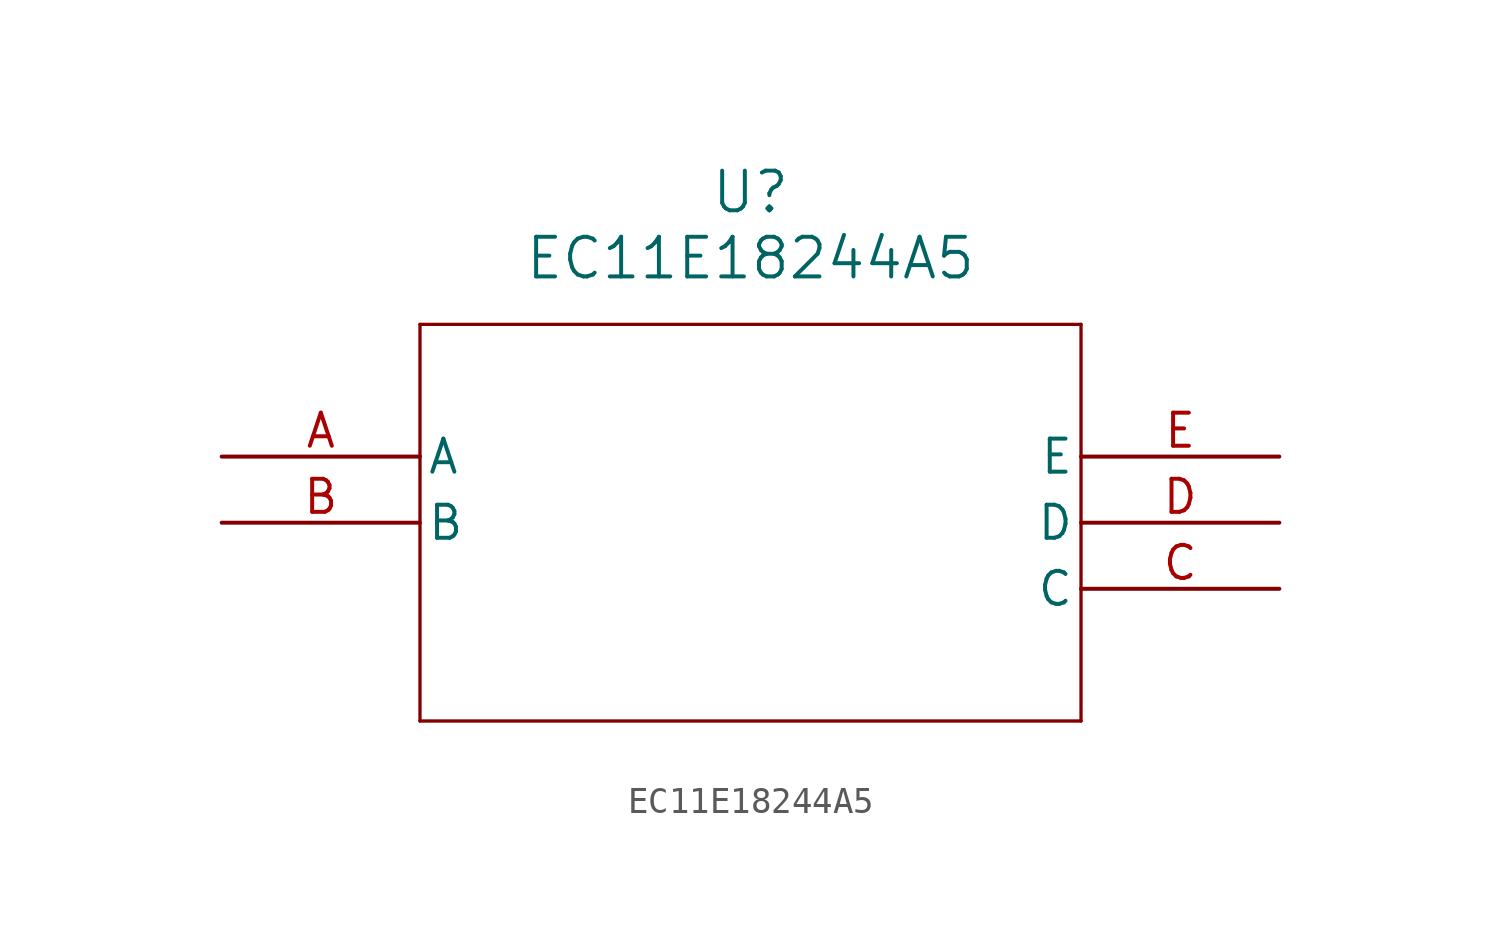
<source format=kicad_sym>
(kicad_symbol_lib
  (version 20211014)
  (generator kicad_symbol_editor)
  (symbol "EC11E18244A5"
    (pin_names
      (offset 0.254))
    (property "Reference" "U"
      (at 20.32 10.16 0)
      (effects (font (size 1.524 1.524))))
    (property "Value" "EC11E18244A5"
      (at 20.32 7.62 0)
      (effects (font (size 1.524 1.524))))
    (symbol "EC11E18244A5_0_1"
      (polyline (pts (xy 7.62 5.08) (xy 7.62 -10.16)) (stroke (width 0.127) (type default) (color 0 0 0 0)) (fill (type none)))
      (polyline (pts (xy 7.62 -10.16) (xy 33.02 -10.16)) (stroke (width 0.127) (type default) (color 0 0 0 0)) (fill (type none)))
      (polyline (pts (xy 33.02 -10.16) (xy 33.02 5.08)) (stroke (width 0.127) (type default) (color 0 0 0 0)) (fill (type none)))
      (polyline (pts (xy 33.02 5.08) (xy 7.62 5.08)) (stroke (width 0.127) (type default) (color 0 0 0 0)) (fill (type none)))
      (pin unspecified line (at 0 0 0) (length 7.62) (name "A" (effects (font (size 1.27 1.27)))) (number "A" (effects (font (size 1.27 1.27)))))
      (pin unspecified line (at 0 -2.54 0) (length 7.62) (name "B" (effects (font (size 1.27 1.27)))) (number "B" (effects (font (size 1.27 1.27)))))
      (pin unspecified line (at 40.64 -5.08 180) (length 7.62) (name "C" (effects (font (size 1.27 1.27)))) (number "C" (effects (font (size 1.27 1.27)))))
      (pin unspecified line (at 40.64 -2.54 180) (length 7.62) (name "D" (effects (font (size 1.27 1.27)))) (number "D" (effects (font (size 1.27 1.27)))))
      (pin unspecified line (at 40.64 0 180) (length 7.62) (name "E" (effects (font (size 1.27 1.27)))) (number "E" (effects (font (size 1.27 1.27))))))))
</source>
